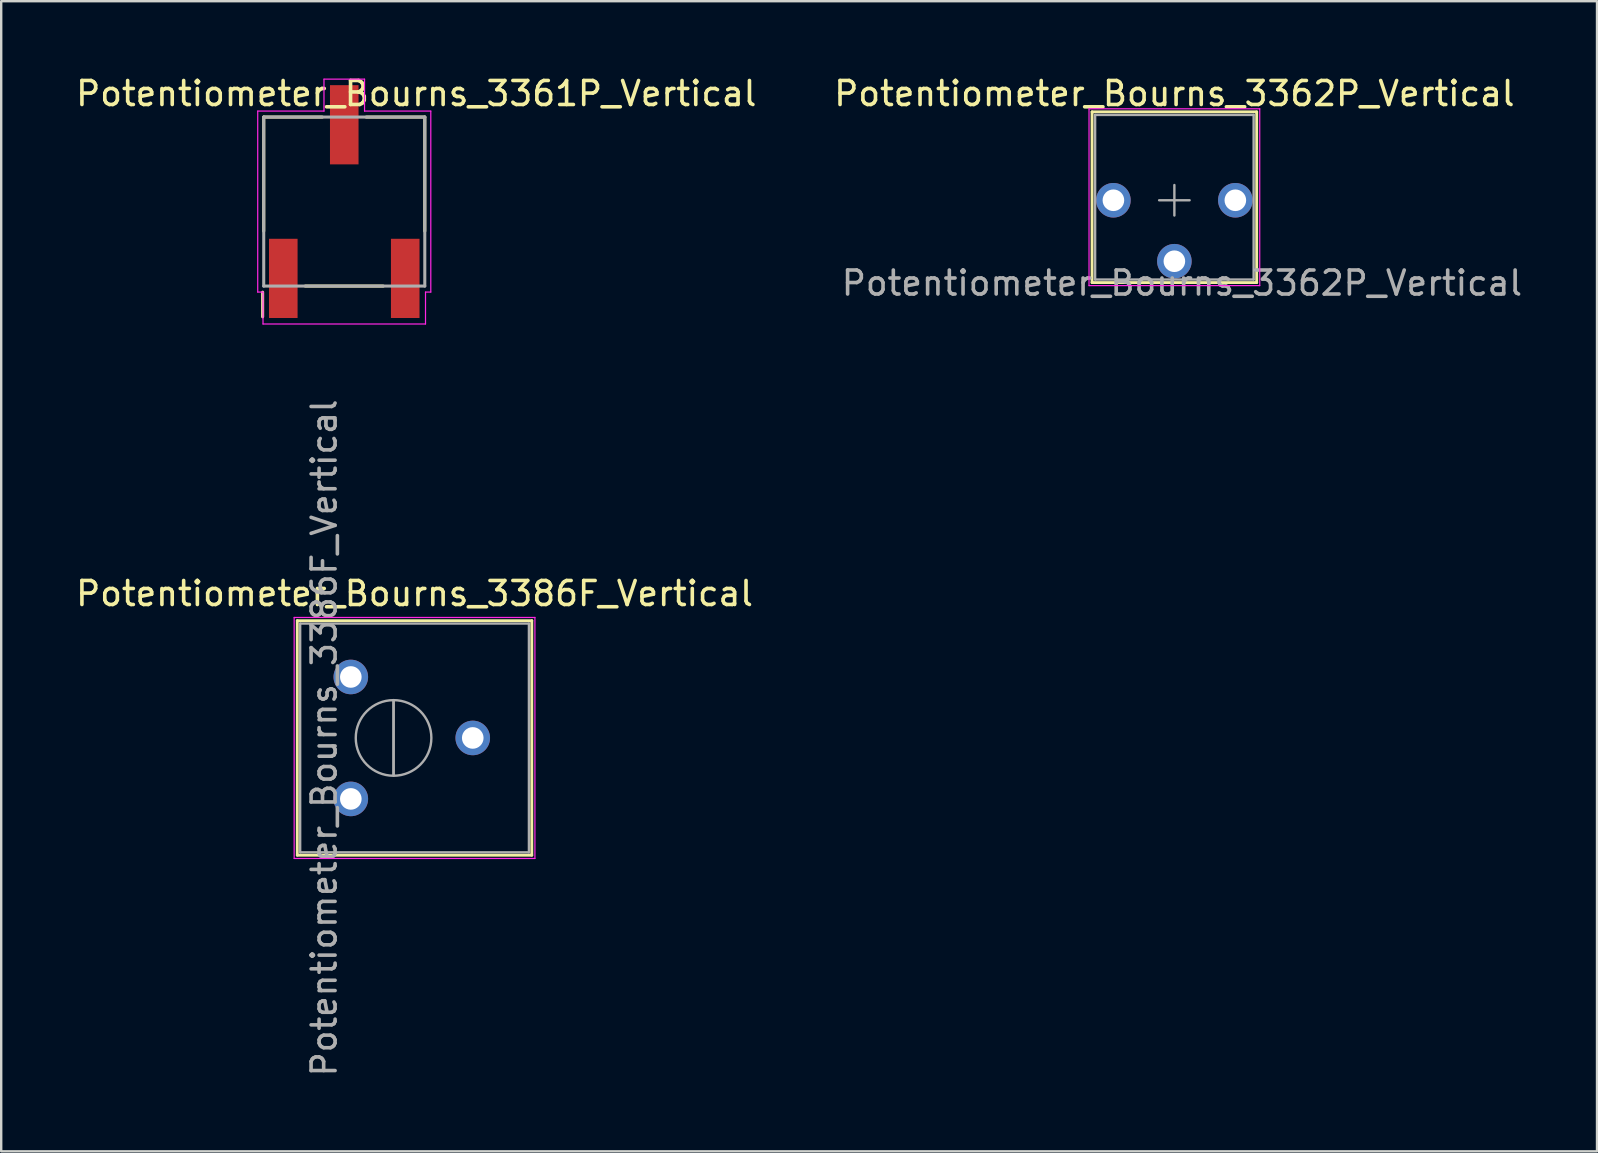
<source format=kicad_pcb>
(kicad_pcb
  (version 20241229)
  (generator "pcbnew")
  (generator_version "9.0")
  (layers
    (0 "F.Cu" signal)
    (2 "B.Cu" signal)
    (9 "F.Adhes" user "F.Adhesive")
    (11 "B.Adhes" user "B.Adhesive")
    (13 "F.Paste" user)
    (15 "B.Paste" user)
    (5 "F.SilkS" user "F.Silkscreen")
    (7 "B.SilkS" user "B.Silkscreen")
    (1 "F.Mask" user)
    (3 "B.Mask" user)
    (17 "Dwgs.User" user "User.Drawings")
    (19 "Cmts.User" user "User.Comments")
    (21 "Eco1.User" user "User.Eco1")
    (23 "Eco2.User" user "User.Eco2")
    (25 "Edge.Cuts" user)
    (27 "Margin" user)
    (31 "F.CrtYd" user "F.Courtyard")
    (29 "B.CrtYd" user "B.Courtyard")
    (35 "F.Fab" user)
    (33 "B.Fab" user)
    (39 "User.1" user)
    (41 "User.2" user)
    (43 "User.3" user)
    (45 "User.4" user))
  (footprint "Potentiometer_Bourns_3361P_Vertical"
    (layer "F.Cu")
    (at 11.292 5.348)
    (property "Reference" "Potentiometer_Bourns_3361P_Vertical" (at 3 -4.5 180) (layer "F.SilkS") (effects (font (size 1 1) (thickness 0.15))))
    (attr smd)
    (fp_line (start -3.4 4.8) (end -3.4 3.775) (stroke (width 0.127) (type solid)) (layer "F.SilkS"))
    (fp_line (start -3.355 -3.52) (end -3.355 1.23) (stroke (width 0.127) (type solid)) (layer "F.SilkS"))
    (fp_line (start -1.625 3.52) (end 1.625 3.52) (stroke (width 0.127) (type solid)) (layer "F.SilkS"))
    (fp_line (start -0.915 -3.52) (end -3.355 -3.52) (stroke (width 0.127) (type solid)) (layer "F.SilkS"))
    (fp_line (start 0.915 -3.52) (end 3.355 -3.52) (stroke (width 0.127) (type solid)) (layer "F.SilkS"))
    (fp_line (start 3.355 -3.52) (end 3.355 1.23) (stroke (width 0.127) (type solid)) (layer "F.SilkS"))
    (fp_line (start -3.605 -3.77) (end -0.845 -3.77) (stroke (width 0.05) (type solid)) (layer "F.CrtYd"))
    (fp_line (start -3.605 3.77) (end -3.605 -3.77) (stroke (width 0.05) (type solid)) (layer "F.CrtYd"))
    (fp_line (start -3.385 3.77) (end -3.605 3.77) (stroke (width 0.05) (type solid)) (layer "F.CrtYd"))
    (fp_line (start -3.385 5.1) (end -3.385 3.77) (stroke (width 0.05) (type solid)) (layer "F.CrtYd"))
    (fp_line (start -0.845 -5.1) (end 0.845 -5.1) (stroke (width 0.05) (type solid)) (layer "F.CrtYd"))
    (fp_line (start -0.845 -3.77) (end -0.845 -5.1) (stroke (width 0.05) (type solid)) (layer "F.CrtYd"))
    (fp_line (start 0.845 -5.1) (end 0.845 -3.77) (stroke (width 0.05) (type solid)) (layer "F.CrtYd"))
    (fp_line (start 0.845 -3.77) (end 3.605 -3.77) (stroke (width 0.05) (type solid)) (layer "F.CrtYd"))
    (fp_line (start 3.385 3.77) (end 3.385 5.1) (stroke (width 0.05) (type solid)) (layer "F.CrtYd"))
    (fp_line (start 3.385 5.1) (end -3.385 5.1) (stroke (width 0.05) (type solid)) (layer "F.CrtYd"))
    (fp_line (start 3.605 -3.77) (end 3.605 3.77) (stroke (width 0.05) (type solid)) (layer "F.CrtYd"))
    (fp_line (start 3.605 3.77) (end 3.385 3.77) (stroke (width 0.05) (type solid)) (layer "F.CrtYd"))
    (fp_line (start -3.355 -3.52) (end -3.355 3.52) (stroke (width 0.127) (type solid)) (layer "F.Fab"))
    (fp_line (start -3.355 3.52) (end 3.355 3.52) (stroke (width 0.127) (type solid)) (layer "F.Fab"))
    (fp_line (start 3.355 -3.52) (end -3.355 -3.52) (stroke (width 0.127) (type solid)) (layer "F.Fab"))
    (fp_line (start 3.355 3.52) (end 3.355 -3.52) (stroke (width 0.127) (type solid)) (layer "F.Fab"))
    (pad "1" smd rect (at -2.54 3.2 90) (size 3.3 1.19) (layers "F.Cu" "F.Mask" "F.Paste"))
    (pad "2" smd rect (at 0 -3.2 90) (size 3.3 1.19) (layers "F.Cu" "F.Mask" "F.Paste"))
    (pad "3" smd rect (at 2.54 3.2 90) (size 3.3 1.19) (layers "F.Cu" "F.Mask" "F.Paste")))
  (footprint "Potentiometer_Bourns_3362P_Vertical"
    (layer "F.Cu")
    (at 45.875 5.293)
    (property "Reference" "Potentiometer_Bourns_3362P_Vertical" (at 0.000001 -4.445 180) (layer "F.SilkS") (effects (font (size 1 1) (thickness 0.15))))
    (attr through_hole)
    (fp_line (start -3.429 -3.683) (end 3.429 -3.683) (stroke (width 0.12) (type solid)) (layer "F.SilkS"))
    (fp_line (start -3.429 3.429) (end -3.429 -3.683) (stroke (width 0.12) (type solid)) (layer "F.SilkS"))
    (fp_line (start -3.429 3.429) (end 3.429 3.429) (stroke (width 0.12) (type solid)) (layer "F.SilkS"))
    (fp_line (start 3.429 3.429) (end 3.429 -3.683) (stroke (width 0.12) (type solid)) (layer "F.SilkS"))
    (fp_line (start -3.556 -3.81) (end -3.556 3.556) (stroke (width 0.05) (type solid)) (layer "F.CrtYd"))
    (fp_line (start -3.556 3.556) (end 3.556 3.556) (stroke (width 0.05) (type solid)) (layer "F.CrtYd"))
    (fp_line (start 3.556 -3.81) (end -3.556 -3.81) (stroke (width 0.05) (type solid)) (layer "F.CrtYd"))
    (fp_line (start 3.556 3.556) (end 3.556 -3.81) (stroke (width 0.05) (type solid)) (layer "F.CrtYd"))
    (fp_line (start -3.302 -3.556) (end -3.302 3.302) (stroke (width 0.1) (type solid)) (layer "F.Fab"))
    (fp_line (start -3.302 3.302) (end 3.302 3.302) (stroke (width 0.1) (type solid)) (layer "F.Fab"))
    (fp_line (start 0 -0.635) (end 0 0.635) (stroke (width 0.1) (type solid)) (layer "F.Fab"))
    (fp_line (start 0.635 0) (end -0.635 0) (stroke (width 0.1) (type solid)) (layer "F.Fab"))
    (fp_line (start 3.302 -3.556) (end -3.302 -3.556) (stroke (width 0.1) (type solid)) (layer "F.Fab"))
    (fp_line (start 3.302 3.302) (end 3.302 -3.556) (stroke (width 0.1) (type solid)) (layer "F.Fab"))
    (fp_text user "${REFERENCE}" (at 0.315 3.45 180) (layer "F.Fab") (effects (font (size 1 1) (thickness 0.15))))
    (pad "1" thru_hole circle (at 2.54 0 90) (size 1.44 1.44) (drill 0.9) (layers "*.Cu" "*.Mask"))
    (pad "2" thru_hole circle (at 0 2.54 90) (size 1.44 1.44) (drill 0.9) (layers "*.Cu" "*.Mask"))
    (pad "3" thru_hole circle (at -2.54 0 90) (size 1.44 1.44) (drill 0.9) (layers "*.Cu" "*.Mask")))
  (footprint "Potentiometer_Bourns_3386F_Vertical"
    (layer "F.Cu")
    (at 11.565 30.233)
    (property "Reference" "Potentiometer_Bourns_3386F_Vertical" (at 2.655 -8.555 0) (layer "F.SilkS") (effects (font (size 1 1) (thickness 0.15))))
    (attr through_hole)
    (fp_line (start -2.23 -7.425) (end -2.23 2.345) (stroke (width 0.12) (type solid)) (layer "F.SilkS"))
    (fp_line (start -2.23 -7.425) (end 7.54 -7.425) (stroke (width 0.12) (type solid)) (layer "F.SilkS"))
    (fp_line (start -2.23 2.345) (end 7.54 2.345) (stroke (width 0.12) (type solid)) (layer "F.SilkS"))
    (fp_line (start 7.54 -7.425) (end 7.54 2.345) (stroke (width 0.12) (type solid)) (layer "F.SilkS"))
    (fp_line (start -2.36 -7.56) (end -2.36 2.48) (stroke (width 0.05) (type solid)) (layer "F.CrtYd"))
    (fp_line (start -2.36 2.48) (end 7.67 2.48) (stroke (width 0.05) (type solid)) (layer "F.CrtYd"))
    (fp_line (start 7.67 -7.56) (end -2.36 -7.56) (stroke (width 0.05) (type solid)) (layer "F.CrtYd"))
    (fp_line (start 7.67 2.48) (end 7.67 -7.56) (stroke (width 0.05) (type solid)) (layer "F.CrtYd"))
    (fp_line (start -2.11 -7.305) (end -2.11 2.225) (stroke (width 0.1) (type solid)) (layer "F.Fab"))
    (fp_line (start -2.11 2.225) (end 7.42 2.225) (stroke (width 0.1) (type solid)) (layer "F.Fab"))
    (fp_line (start 1.781 -0.98) (end 1.781 -4.099) (stroke (width 0.1) (type solid)) (layer "F.Fab"))
    (fp_line (start 1.781 -0.98) (end 1.781 -4.099) (stroke (width 0.1) (type solid)) (layer "F.Fab"))
    (fp_line (start 7.42 -7.305) (end -2.11 -7.305) (stroke (width 0.1) (type solid)) (layer "F.Fab"))
    (fp_line (start 7.42 2.225) (end 7.42 -7.305) (stroke (width 0.1) (type solid)) (layer "F.Fab"))
    (fp_circle (center 1.781 -2.54) (end 3.356 -2.54) (stroke (width 0.1) (type solid)) (fill no) (layer "F.Fab"))
    (fp_text user "${REFERENCE}" (at -1.11 -2.54 90) (layer "F.Fab") (effects (font (size 1 1) (thickness 0.15))))
    (pad "1" thru_hole circle (at 0 0) (size 1.44 1.44) (drill 0.9) (layers "*.Cu" "*.Mask"))
    (pad "2" thru_hole circle (at 5.08 -2.54) (size 1.44 1.44) (drill 0.9) (layers "*.Cu" "*.Mask"))
    (pad "3" thru_hole circle (at 0 -5.08) (size 1.44 1.44) (drill 0.9) (layers "*.Cu" "*.Mask")))
  (gr_rect
    (start -3 -3)
    (end 63.482 44.914)
    (stroke (width 0.1) (type default))
    (fill no)
    (layer "Edge.Cuts")))
</source>
